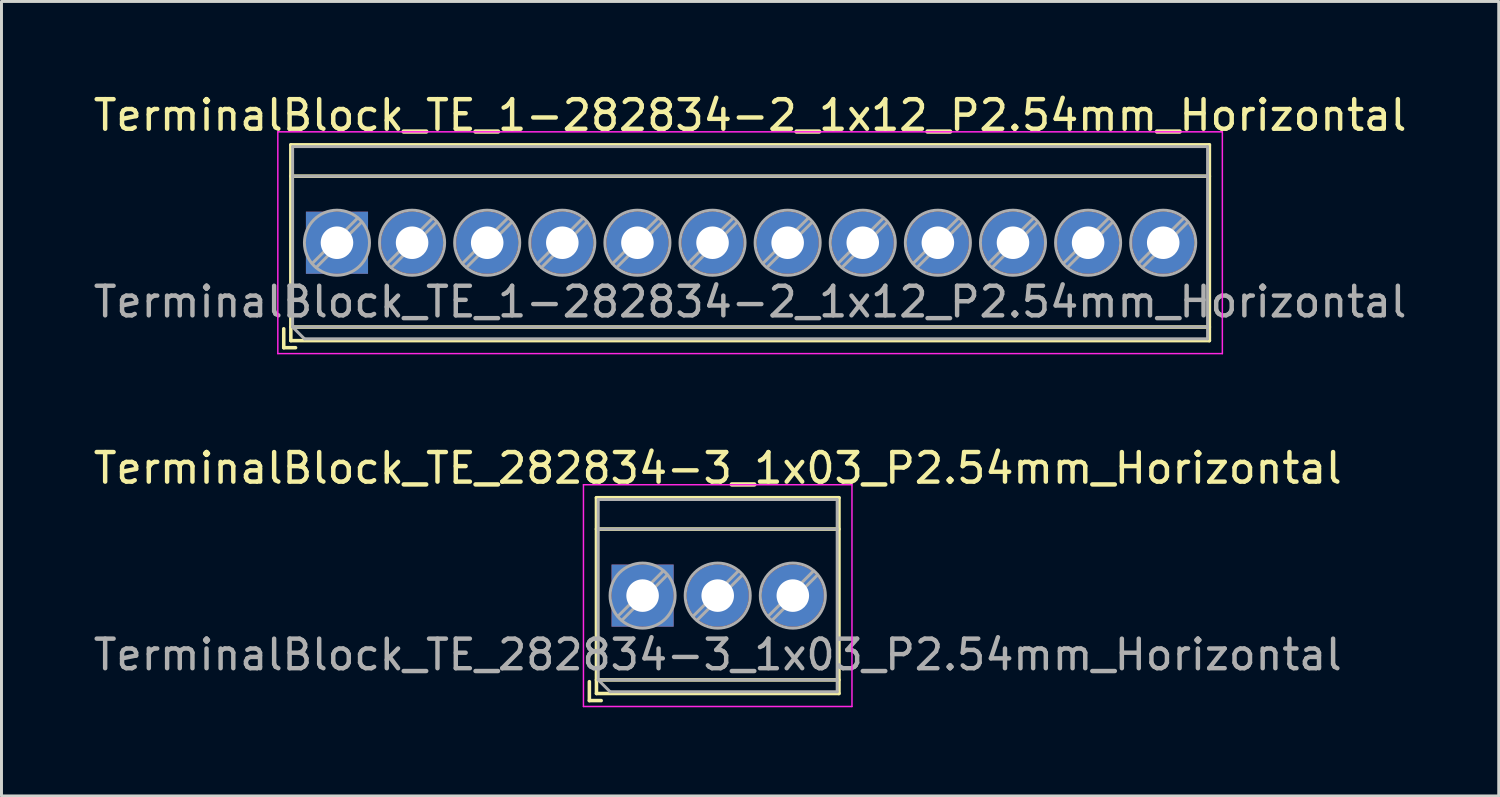
<source format=kicad_pcb>
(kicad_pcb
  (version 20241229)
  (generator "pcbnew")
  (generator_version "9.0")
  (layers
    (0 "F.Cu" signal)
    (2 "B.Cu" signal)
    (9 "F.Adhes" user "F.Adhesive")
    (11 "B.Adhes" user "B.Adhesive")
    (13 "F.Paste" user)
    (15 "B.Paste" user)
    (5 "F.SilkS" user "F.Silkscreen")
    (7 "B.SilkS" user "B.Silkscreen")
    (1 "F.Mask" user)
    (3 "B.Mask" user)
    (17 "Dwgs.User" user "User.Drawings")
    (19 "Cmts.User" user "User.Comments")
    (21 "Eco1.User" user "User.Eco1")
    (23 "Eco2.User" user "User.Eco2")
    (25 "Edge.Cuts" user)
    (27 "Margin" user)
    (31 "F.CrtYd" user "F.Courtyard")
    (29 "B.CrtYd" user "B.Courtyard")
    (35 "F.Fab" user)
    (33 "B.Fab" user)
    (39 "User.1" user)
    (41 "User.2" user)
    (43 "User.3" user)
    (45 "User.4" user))
  (footprint "TerminalBlock_TE_282834-3_1x03_P2.54mm_Horizontal"
    (layer "F.Cu")
    (at 18.68 17.091)
    (property "Reference" "TerminalBlock_TE_282834-3_1x03_P2.54mm_Horizontal" (at 2.54 -4.31 0) (layer "F.SilkS") (effects (font (size 1 1) (thickness 0.15))))
    (attr through_hole)
    (fp_line (start -1.8 2.91) (end -1.8 3.55) (stroke (width 0.12) (type solid)) (layer "F.SilkS"))
    (fp_line (start -1.8 3.55) (end -1.4 3.55) (stroke (width 0.12) (type solid)) (layer "F.SilkS"))
    (fp_line (start -1.56 -3.31) (end -1.56 3.31) (stroke (width 0.12) (type solid)) (layer "F.SilkS"))
    (fp_line (start -1.56 -3.31) (end 6.64 -3.31) (stroke (width 0.12) (type solid)) (layer "F.SilkS"))
    (fp_line (start -1.56 -2.25) (end 6.64 -2.25) (stroke (width 0.12) (type solid)) (layer "F.SilkS"))
    (fp_line (start -1.56 2.85) (end 6.64 2.85) (stroke (width 0.12) (type solid)) (layer "F.SilkS"))
    (fp_line (start -1.56 3.31) (end 6.64 3.31) (stroke (width 0.12) (type solid)) (layer "F.SilkS"))
    (fp_line (start 6.64 -3.31) (end 6.64 3.31) (stroke (width 0.12) (type solid)) (layer "F.SilkS"))
    (fp_line (start -2 -3.75) (end -2 3.75) (stroke (width 0.05) (type solid)) (layer "F.CrtYd"))
    (fp_line (start -2 3.75) (end 7.08 3.75) (stroke (width 0.05) (type solid)) (layer "F.CrtYd"))
    (fp_line (start 7.08 -3.75) (end -2 -3.75) (stroke (width 0.05) (type solid)) (layer "F.CrtYd"))
    (fp_line (start 7.08 3.75) (end 7.08 -3.75) (stroke (width 0.05) (type solid)) (layer "F.CrtYd"))
    (fp_line (start -1.5 -3.25) (end 6.58 -3.25) (stroke (width 0.1) (type solid)) (layer "F.Fab"))
    (fp_line (start -1.5 -2.25) (end 6.58 -2.25) (stroke (width 0.1) (type solid)) (layer "F.Fab"))
    (fp_line (start -1.5 2.85) (end -1.5 -3.25) (stroke (width 0.1) (type solid)) (layer "F.Fab"))
    (fp_line (start -1.5 2.85) (end 6.58 2.85) (stroke (width 0.1) (type solid)) (layer "F.Fab"))
    (fp_line (start -1.1 3.25) (end -1.5 2.85) (stroke (width 0.1) (type solid)) (layer "F.Fab"))
    (fp_line (start 0.701 -0.835) (end -0.835 0.7) (stroke (width 0.1) (type solid)) (layer "F.Fab"))
    (fp_line (start 0.835 -0.7) (end -0.701 0.835) (stroke (width 0.1) (type solid)) (layer "F.Fab"))
    (fp_line (start 3.241 -0.835) (end 1.706 0.7) (stroke (width 0.1) (type solid)) (layer "F.Fab"))
    (fp_line (start 3.375 -0.7) (end 1.84 0.835) (stroke (width 0.1) (type solid)) (layer "F.Fab"))
    (fp_line (start 5.781 -0.835) (end 4.246 0.7) (stroke (width 0.1) (type solid)) (layer "F.Fab"))
    (fp_line (start 5.915 -0.7) (end 4.38 0.835) (stroke (width 0.1) (type solid)) (layer "F.Fab"))
    (fp_line (start 6.58 -3.25) (end 6.58 3.25) (stroke (width 0.1) (type solid)) (layer "F.Fab"))
    (fp_line (start 6.58 3.25) (end -1.1 3.25) (stroke (width 0.1) (type solid)) (layer "F.Fab"))
    (fp_circle (center 0 0) (end 1.1 0) (stroke (width 0.1) (type solid)) (fill no) (layer "F.Fab"))
    (fp_circle (center 2.54 0) (end 3.64 0) (stroke (width 0.1) (type solid)) (fill no) (layer "F.Fab"))
    (fp_circle (center 5.08 0) (end 6.18 0) (stroke (width 0.1) (type solid)) (fill no) (layer "F.Fab"))
    (fp_text user "${REFERENCE}" (at 2.54 2 0) (layer "F.Fab") (effects (font (size 1 1) (thickness 0.15))))
    (pad "1" thru_hole rect (at 0 0) (size 2.1 2.1) (drill 1.1) (layers "*.Cu" "*.Mask"))
    (pad "2" thru_hole circle (at 2.54 0) (size 2.1 2.1) (drill 1.1) (layers "*.Cu" "*.Mask"))
    (pad "3" thru_hole circle (at 5.08 0) (size 2.1 2.1) (drill 1.1) (layers "*.Cu" "*.Mask")))
  (footprint "TerminalBlock_TE_1-282834-2_1x12_P2.54mm_Horizontal"
    (layer "F.Cu")
    (at 8.345 5.158)
    (property "Reference" "TerminalBlock_TE_1-282834-2_1x12_P2.54mm_Horizontal" (at 13.97 -4.31 0) (layer "F.SilkS") (effects (font (size 1 1) (thickness 0.15))))
    (attr through_hole)
    (fp_line (start -1.8 2.91) (end -1.8 3.55) (stroke (width 0.12) (type solid)) (layer "F.SilkS"))
    (fp_line (start -1.8 3.55) (end -1.4 3.55) (stroke (width 0.12) (type solid)) (layer "F.SilkS"))
    (fp_line (start -1.56 -3.31) (end -1.56 3.31) (stroke (width 0.12) (type solid)) (layer "F.SilkS"))
    (fp_line (start -1.56 -3.31) (end 29.501 -3.31) (stroke (width 0.12) (type solid)) (layer "F.SilkS"))
    (fp_line (start -1.56 -2.25) (end 29.501 -2.25) (stroke (width 0.12) (type solid)) (layer "F.SilkS"))
    (fp_line (start -1.56 2.85) (end 29.501 2.85) (stroke (width 0.12) (type solid)) (layer "F.SilkS"))
    (fp_line (start -1.56 3.31) (end 29.501 3.31) (stroke (width 0.12) (type solid)) (layer "F.SilkS"))
    (fp_line (start 29.501 -3.31) (end 29.501 3.31) (stroke (width 0.12) (type solid)) (layer "F.SilkS"))
    (fp_line (start -2 -3.75) (end -2 3.75) (stroke (width 0.05) (type solid)) (layer "F.CrtYd"))
    (fp_line (start -2 3.75) (end 29.94 3.75) (stroke (width 0.05) (type solid)) (layer "F.CrtYd"))
    (fp_line (start 29.94 -3.75) (end -2 -3.75) (stroke (width 0.05) (type solid)) (layer "F.CrtYd"))
    (fp_line (start 29.94 3.75) (end 29.94 -3.75) (stroke (width 0.05) (type solid)) (layer "F.CrtYd"))
    (fp_line (start -1.5 -3.25) (end 29.44 -3.25) (stroke (width 0.1) (type solid)) (layer "F.Fab"))
    (fp_line (start -1.5 -2.25) (end 29.44 -2.25) (stroke (width 0.1) (type solid)) (layer "F.Fab"))
    (fp_line (start -1.5 2.85) (end -1.5 -3.25) (stroke (width 0.1) (type solid)) (layer "F.Fab"))
    (fp_line (start -1.5 2.85) (end 29.44 2.85) (stroke (width 0.1) (type solid)) (layer "F.Fab"))
    (fp_line (start -1.1 3.25) (end -1.5 2.85) (stroke (width 0.1) (type solid)) (layer "F.Fab"))
    (fp_line (start 0.701 -0.835) (end -0.835 0.7) (stroke (width 0.1) (type solid)) (layer "F.Fab"))
    (fp_line (start 0.835 -0.7) (end -0.701 0.835) (stroke (width 0.1) (type solid)) (layer "F.Fab"))
    (fp_line (start 3.241 -0.835) (end 1.706 0.7) (stroke (width 0.1) (type solid)) (layer "F.Fab"))
    (fp_line (start 3.375 -0.7) (end 1.84 0.835) (stroke (width 0.1) (type solid)) (layer "F.Fab"))
    (fp_line (start 5.781 -0.835) (end 4.246 0.7) (stroke (width 0.1) (type solid)) (layer "F.Fab"))
    (fp_line (start 5.915 -0.7) (end 4.38 0.835) (stroke (width 0.1) (type solid)) (layer "F.Fab"))
    (fp_line (start 8.321 -0.835) (end 6.786 0.7) (stroke (width 0.1) (type solid)) (layer "F.Fab"))
    (fp_line (start 8.455 -0.7) (end 6.92 0.835) (stroke (width 0.1) (type solid)) (layer "F.Fab"))
    (fp_line (start 10.861 -0.835) (end 9.326 0.7) (stroke (width 0.1) (type solid)) (layer "F.Fab"))
    (fp_line (start 10.995 -0.7) (end 9.46 0.835) (stroke (width 0.1) (type solid)) (layer "F.Fab"))
    (fp_line (start 13.401 -0.835) (end 11.866 0.7) (stroke (width 0.1) (type solid)) (layer "F.Fab"))
    (fp_line (start 13.535 -0.7) (end 12 0.835) (stroke (width 0.1) (type solid)) (layer "F.Fab"))
    (fp_line (start 15.941 -0.835) (end 14.406 0.7) (stroke (width 0.1) (type solid)) (layer "F.Fab"))
    (fp_line (start 16.075 -0.7) (end 14.54 0.835) (stroke (width 0.1) (type solid)) (layer "F.Fab"))
    (fp_line (start 18.481 -0.835) (end 16.946 0.7) (stroke (width 0.1) (type solid)) (layer "F.Fab"))
    (fp_line (start 18.615 -0.7) (end 17.08 0.835) (stroke (width 0.1) (type solid)) (layer "F.Fab"))
    (fp_line (start 21.021 -0.835) (end 19.486 0.7) (stroke (width 0.1) (type solid)) (layer "F.Fab"))
    (fp_line (start 21.155 -0.7) (end 19.62 0.835) (stroke (width 0.1) (type solid)) (layer "F.Fab"))
    (fp_line (start 23.561 -0.835) (end 22.026 0.7) (stroke (width 0.1) (type solid)) (layer "F.Fab"))
    (fp_line (start 23.695 -0.7) (end 22.16 0.835) (stroke (width 0.1) (type solid)) (layer "F.Fab"))
    (fp_line (start 26.101 -0.835) (end 24.566 0.7) (stroke (width 0.1) (type solid)) (layer "F.Fab"))
    (fp_line (start 26.235 -0.7) (end 24.7 0.835) (stroke (width 0.1) (type solid)) (layer "F.Fab"))
    (fp_line (start 28.641 -0.835) (end 27.106 0.7) (stroke (width 0.1) (type solid)) (layer "F.Fab"))
    (fp_line (start 28.775 -0.7) (end 27.24 0.835) (stroke (width 0.1) (type solid)) (layer "F.Fab"))
    (fp_line (start 29.44 -3.25) (end 29.44 3.25) (stroke (width 0.1) (type solid)) (layer "F.Fab"))
    (fp_line (start 29.44 3.25) (end -1.1 3.25) (stroke (width 0.1) (type solid)) (layer "F.Fab"))
    (fp_circle (center 0 0) (end 1.1 0) (stroke (width 0.1) (type solid)) (fill no) (layer "F.Fab"))
    (fp_circle (center 2.54 0) (end 3.64 0) (stroke (width 0.1) (type solid)) (fill no) (layer "F.Fab"))
    (fp_circle (center 5.08 0) (end 6.18 0) (stroke (width 0.1) (type solid)) (fill no) (layer "F.Fab"))
    (fp_circle (center 7.62 0) (end 8.72 0) (stroke (width 0.1) (type solid)) (fill no) (layer "F.Fab"))
    (fp_circle (center 10.16 0) (end 11.26 0) (stroke (width 0.1) (type solid)) (fill no) (layer "F.Fab"))
    (fp_circle (center 12.7 0) (end 13.8 0) (stroke (width 0.1) (type solid)) (fill no) (layer "F.Fab"))
    (fp_circle (center 15.24 0) (end 16.34 0) (stroke (width 0.1) (type solid)) (fill no) (layer "F.Fab"))
    (fp_circle (center 17.78 0) (end 18.88 0) (stroke (width 0.1) (type solid)) (fill no) (layer "F.Fab"))
    (fp_circle (center 20.32 0) (end 21.42 0) (stroke (width 0.1) (type solid)) (fill no) (layer "F.Fab"))
    (fp_circle (center 22.86 0) (end 23.96 0) (stroke (width 0.1) (type solid)) (fill no) (layer "F.Fab"))
    (fp_circle (center 25.4 0) (end 26.5 0) (stroke (width 0.1) (type solid)) (fill no) (layer "F.Fab"))
    (fp_circle (center 27.94 0) (end 29.04 0) (stroke (width 0.1) (type solid)) (fill no) (layer "F.Fab"))
    (fp_text user "${REFERENCE}" (at 13.97 2 0) (layer "F.Fab") (effects (font (size 1 1) (thickness 0.15))))
    (pad "1" thru_hole rect (at 0 0) (size 2.1 2.1) (drill 1.1) (layers "*.Cu" "*.Mask"))
    (pad "2" thru_hole circle (at 2.54 0) (size 2.1 2.1) (drill 1.1) (layers "*.Cu" "*.Mask"))
    (pad "3" thru_hole circle (at 5.08 0) (size 2.1 2.1) (drill 1.1) (layers "*.Cu" "*.Mask"))
    (pad "4" thru_hole circle (at 7.62 0) (size 2.1 2.1) (drill 1.1) (layers "*.Cu" "*.Mask"))
    (pad "5" thru_hole circle (at 10.16 0) (size 2.1 2.1) (drill 1.1) (layers "*.Cu" "*.Mask"))
    (pad "6" thru_hole circle (at 12.7 0) (size 2.1 2.1) (drill 1.1) (layers "*.Cu" "*.Mask"))
    (pad "7" thru_hole circle (at 15.24 0) (size 2.1 2.1) (drill 1.1) (layers "*.Cu" "*.Mask"))
    (pad "8" thru_hole circle (at 17.78 0) (size 2.1 2.1) (drill 1.1) (layers "*.Cu" "*.Mask"))
    (pad "9" thru_hole circle (at 20.32 0) (size 2.1 2.1) (drill 1.1) (layers "*.Cu" "*.Mask"))
    (pad "10" thru_hole circle (at 22.86 0) (size 2.1 2.1) (drill 1.1) (layers "*.Cu" "*.Mask"))
    (pad "11" thru_hole circle (at 25.4 0) (size 2.1 2.1) (drill 1.1) (layers "*.Cu" "*.Mask"))
    (pad "12" thru_hole circle (at 27.94 0) (size 2.1 2.1) (drill 1.1) (layers "*.Cu" "*.Mask")))
  (gr_rect
    (start -3 -3)
    (end 47.631 23.866)
    (stroke (width 0.1) (type default))
    (fill no)
    (layer "Edge.Cuts")))
</source>
